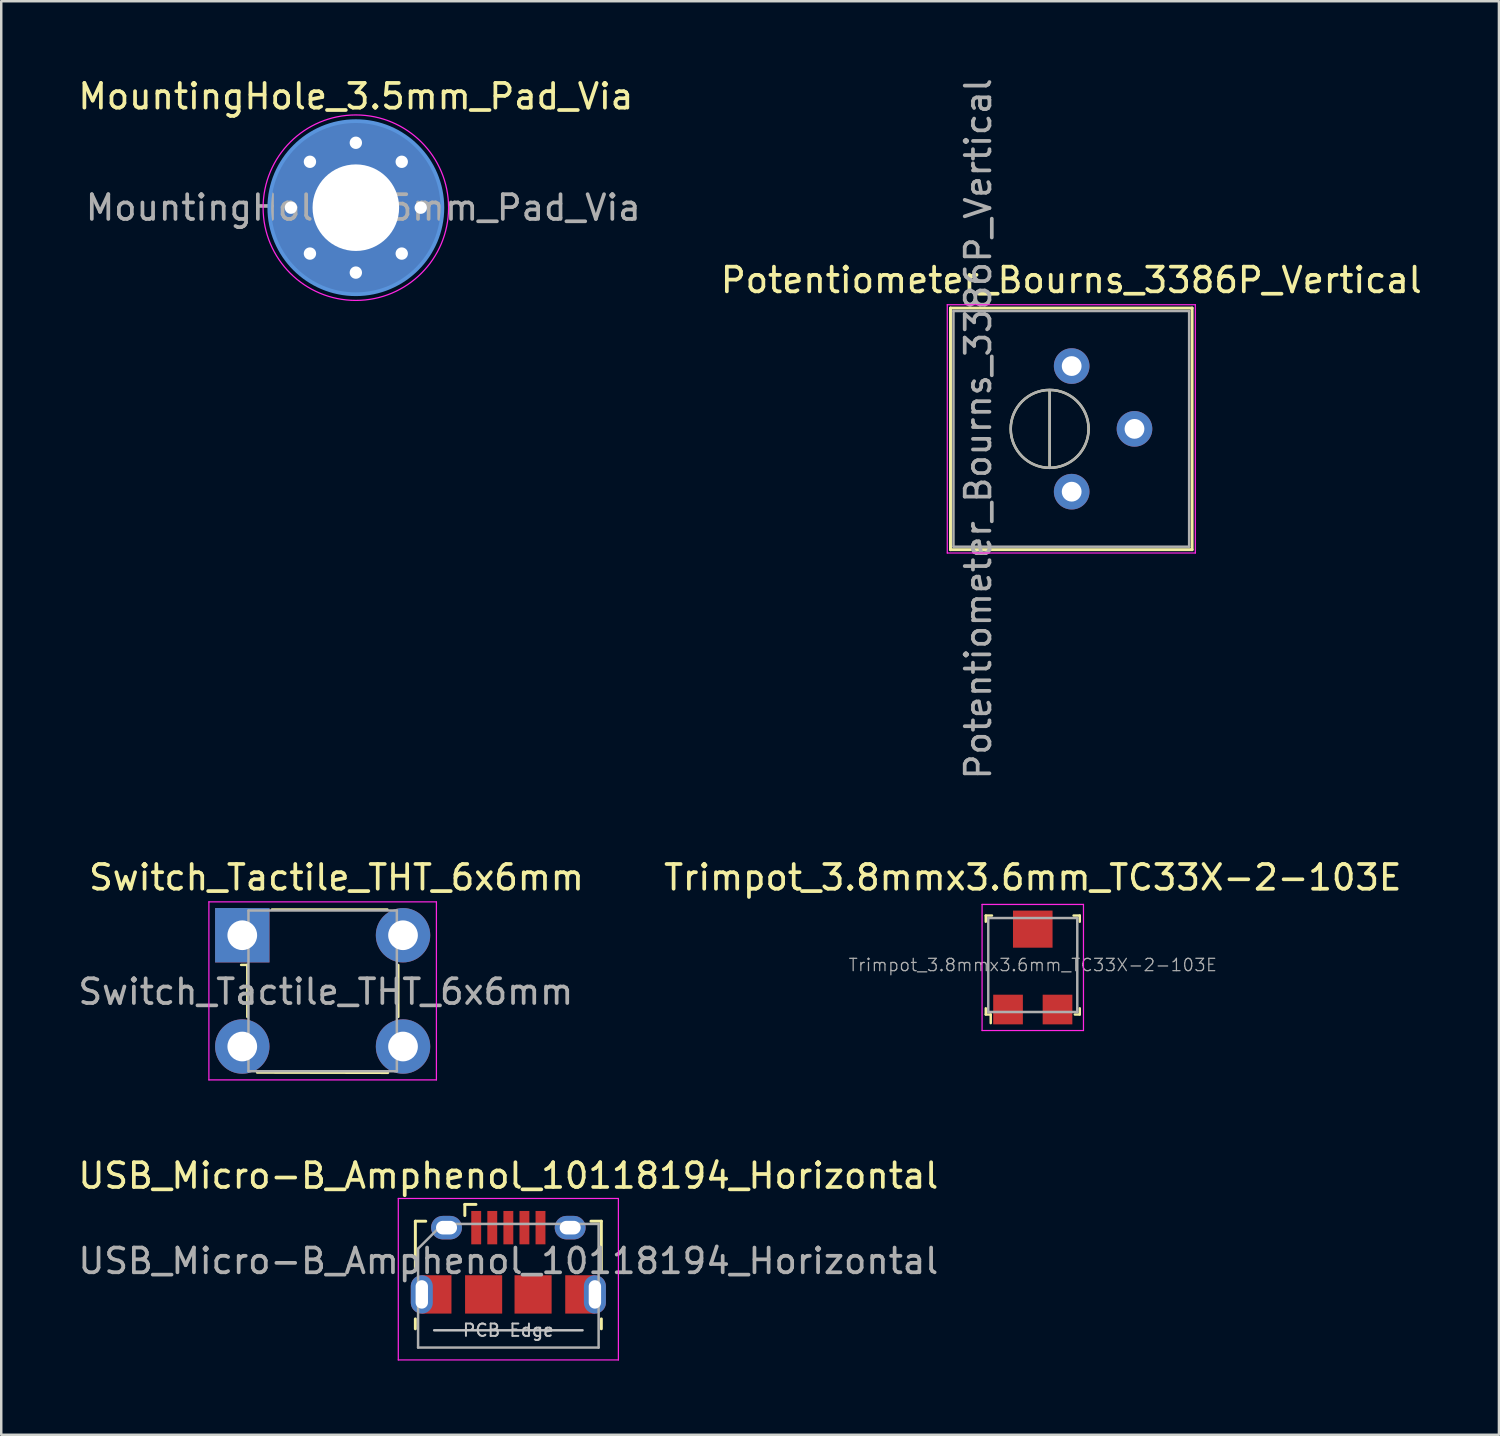
<source format=kicad_pcb>
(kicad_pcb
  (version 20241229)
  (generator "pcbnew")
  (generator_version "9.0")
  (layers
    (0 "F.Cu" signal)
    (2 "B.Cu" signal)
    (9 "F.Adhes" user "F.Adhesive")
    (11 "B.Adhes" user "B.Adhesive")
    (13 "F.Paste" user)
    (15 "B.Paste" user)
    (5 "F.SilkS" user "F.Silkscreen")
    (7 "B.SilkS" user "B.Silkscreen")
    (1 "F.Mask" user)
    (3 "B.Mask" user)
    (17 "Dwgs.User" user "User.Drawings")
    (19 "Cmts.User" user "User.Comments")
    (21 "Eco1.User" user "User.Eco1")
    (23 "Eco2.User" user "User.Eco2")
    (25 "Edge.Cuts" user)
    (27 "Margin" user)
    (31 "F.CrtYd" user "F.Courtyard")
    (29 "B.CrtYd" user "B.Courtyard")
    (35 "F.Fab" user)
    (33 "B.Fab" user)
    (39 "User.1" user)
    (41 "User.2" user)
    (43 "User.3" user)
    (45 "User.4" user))
  (footprint "MountingHole_3.5mm_Pad_Via"
    (layer "F.Cu")
    (at 11.339 5.348)
    (property "Reference" "MountingHole_3.5mm_Pad_Via" (at 0 -4.5 0) (layer "F.SilkS") (effects (font (size 1 1) (thickness 0.15))))
    (attr exclude_from_pos_files exclude_from_bom)
    (fp_circle (center 0 0) (end 3.5 0) (stroke (width 0.15) (type solid)) (fill no) (layer "Cmts.User"))
    (fp_circle (center 0 0) (end 3.75 0) (stroke (width 0.05) (type solid)) (fill no) (layer "F.CrtYd"))
    (fp_text user "${REFERENCE}" (at 0.3 0 0) (layer "F.Fab") (effects (font (size 1 1) (thickness 0.15))))
    (pad "1" thru_hole circle (at -2.625 0) (size 0.8 0.8) (drill 0.5) (layers "*.Cu" "*.Mask"))
    (pad "1" thru_hole circle (at -1.856 -1.856) (size 0.8 0.8) (drill 0.5) (layers "*.Cu" "*.Mask"))
    (pad "1" thru_hole circle (at -1.856 1.856) (size 0.8 0.8) (drill 0.5) (layers "*.Cu" "*.Mask"))
    (pad "1" thru_hole circle (at 0 -2.625) (size 0.8 0.8) (drill 0.5) (layers "*.Cu" "*.Mask"))
    (pad "1" thru_hole circle (at 0 0) (size 7 7) (drill 3.5) (layers "*.Cu" "*.Mask"))
    (pad "1" thru_hole circle (at 0 2.625) (size 0.8 0.8) (drill 0.5) (layers "*.Cu" "*.Mask"))
    (pad "1" thru_hole circle (at 1.856 -1.856) (size 0.8 0.8) (drill 0.5) (layers "*.Cu" "*.Mask"))
    (pad "1" thru_hole circle (at 1.856 1.856) (size 0.8 0.8) (drill 0.5) (layers "*.Cu" "*.Mask"))
    (pad "1" thru_hole circle (at 2.625 0) (size 0.8 0.8) (drill 0.5) (layers "*.Cu" "*.Mask")))
  (footprint "USB_Micro-B_Amphenol_10118194_Horizontal"
    (layer "F.Cu")
    (at 17.506 47.992)
    (property "Reference" "USB_Micro-B_Amphenol_10118194_Horizontal" (at 0 -3.5 0) (layer "F.SilkS") (effects (font (size 1 1) (thickness 0.15))))
    (attr smd)
    (fp_line (start -3.76 -1.66) (end -3.34 -1.66) (stroke (width 0.12) (type solid)) (layer "F.SilkS"))
    (fp_line (start -3.76 0.32) (end -3.76 -1.66) (stroke (width 0.12) (type solid)) (layer "F.SilkS"))
    (fp_line (start -3.76 2.69) (end -3.76 2.29) (stroke (width 0.12) (type solid)) (layer "F.SilkS"))
    (fp_line (start -1.76 -1.89) (end -1.76 -2.34) (stroke (width 0.12) (type solid)) (layer "F.SilkS"))
    (fp_line (start -1.31 -2.34) (end -1.76 -2.34) (stroke (width 0.12) (type solid)) (layer "F.SilkS"))
    (fp_line (start 3.76 -1.66) (end 3.34 -1.66) (stroke (width 0.12) (type solid)) (layer "F.SilkS"))
    (fp_line (start 3.76 0.32) (end 3.76 -1.66) (stroke (width 0.12) (type solid)) (layer "F.SilkS"))
    (fp_line (start 3.76 2.29) (end 3.76 2.69) (stroke (width 0.12) (type solid)) (layer "F.SilkS"))
    (fp_line (start 3 2.75) (end -3 2.75) (stroke (width 0.1) (type solid)) (layer "Dwgs.User"))
    (fp_line (start -4.45 -2.58) (end -4.45 3.95) (stroke (width 0.05) (type solid)) (layer "F.CrtYd"))
    (fp_line (start -4.45 -2.58) (end 4.45 -2.58) (stroke (width 0.05) (type solid)) (layer "F.CrtYd"))
    (fp_line (start -4.45 3.95) (end 4.45 3.95) (stroke (width 0.05) (type solid)) (layer "F.CrtYd"))
    (fp_line (start 4.45 -2.58) (end 4.45 3.95) (stroke (width 0.05) (type solid)) (layer "F.CrtYd"))
    (fp_line (start -3.65 -0.55) (end -2.65 -1.55) (stroke (width 0.1) (type solid)) (layer "F.Fab"))
    (fp_line (start -3.65 3.45) (end -3.65 -0.55) (stroke (width 0.1) (type solid)) (layer "F.Fab"))
    (fp_line (start -2.65 -1.55) (end 3.65 -1.55) (stroke (width 0.1) (type solid)) (layer "F.Fab"))
    (fp_line (start 3.65 -1.55) (end 3.65 3.45) (stroke (width 0.1) (type solid)) (layer "F.Fab"))
    (fp_line (start 3.65 3.45) (end -3.65 3.45) (stroke (width 0.1) (type solid)) (layer "F.Fab"))
    (fp_text user "PCB Edge" (at 0 2.75 0) (layer "Dwgs.User") (effects (font (size 0.5 0.5) (thickness 0.08))))
    (fp_text user "${REFERENCE}" (at 0 -0.05 0) (layer "F.Fab") (effects (font (size 1 1) (thickness 0.15))))
    (pad "" smd oval (at -3.5 1.3) (size 0.89 1.55) (layers "F.Paste"))
    (pad "" smd oval (at -2.5 -1.4) (size 1.25 0.95) (layers "F.Paste"))
    (pad "" smd oval (at 2.5 -1.4) (size 1.25 0.95) (layers "F.Paste"))
    (pad "" smd oval (at 3.5 1.3) (size 0.89 1.55) (layers "F.Paste"))
    (pad "1" smd rect (at -1.3 -1.4) (size 0.4 1.35) (layers "F.Cu" "F.Mask" "F.Paste"))
    (pad "2" smd rect (at -0.65 -1.4) (size 0.4 1.35) (layers "F.Cu" "F.Mask" "F.Paste"))
    (pad "3" smd rect (at 0 -1.4) (size 0.4 1.35) (layers "F.Cu" "F.Mask" "F.Paste"))
    (pad "4" smd rect (at 0.65 -1.4) (size 0.4 1.35) (layers "F.Cu" "F.Mask" "F.Paste"))
    (pad "5" smd rect (at 1.3 -1.4) (size 0.4 1.35) (layers "F.Cu" "F.Mask" "F.Paste"))
    (pad "6" thru_hole oval (at -3.5 1.3) (size 0.89 1.55) (drill oval 0.5 1.15) (layers "*.Cu" "*.Mask"))
    (pad "6" smd rect (at -2.9 1.3) (size 1.2 1.55) (layers "F.Cu" "F.Mask" "F.Paste"))
    (pad "6" thru_hole oval (at -2.5 -1.4) (size 1.25 0.95) (drill oval 0.85 0.55) (layers "*.Cu" "*.Mask"))
    (pad "6" smd rect (at -1 1.3) (size 1.5 1.55) (layers "F.Cu" "F.Mask" "F.Paste"))
    (pad "6" smd rect (at 1 1.3) (size 1.5 1.55) (layers "F.Cu" "F.Mask" "F.Paste"))
    (pad "6" thru_hole oval (at 2.5 -1.4) (size 1.25 0.95) (drill oval 0.85 0.55) (layers "*.Cu" "*.Mask"))
    (pad "6" smd rect (at 2.9 1.3) (size 1.2 1.55) (layers "F.Cu" "F.Mask" "F.Paste"))
    (pad "6" thru_hole oval (at 3.5 1.3) (size 0.89 1.55) (drill oval 0.5 1.15) (layers "*.Cu" "*.Mask")))
  (footprint "Trimpot_3.8mmx3.6mm_TC33X-2-103E"
    (layer "F.Cu")
    (at 38.712 35.972)
    (property "Reference" "Trimpot_3.8mmx3.6mm_TC33X-2-103E" (at 0 -3.54 0) (layer "F.SilkS") (effects (font (size 1 1) (thickness 0.15))))
    (attr smd)
    (fp_line (start -1.9 -2) (end -1.9 -1.75) (stroke (width 0.1) (type solid)) (layer "F.SilkS"))
    (fp_line (start -1.9 -2) (end -1.65 -2) (stroke (width 0.1) (type solid)) (layer "F.SilkS"))
    (fp_line (start -1.9 1.75) (end -1.9 2) (stroke (width 0.1) (type solid)) (layer "F.SilkS"))
    (fp_line (start -1.9 2) (end -1.7 2) (stroke (width 0.1) (type solid)) (layer "F.SilkS"))
    (fp_line (start -1.7 2) (end -1.7 2.35) (stroke (width 0.1) (type solid)) (layer "F.SilkS"))
    (fp_line (start 1.9 -2) (end 1.65 -2) (stroke (width 0.1) (type solid)) (layer "F.SilkS"))
    (fp_line (start 1.9 -2) (end 1.9 -1.75) (stroke (width 0.1) (type solid)) (layer "F.SilkS"))
    (fp_line (start 1.9 2) (end 1.7 2) (stroke (width 0.1) (type solid)) (layer "F.SilkS"))
    (fp_line (start 1.9 2) (end 1.9 1.75) (stroke (width 0.1) (type solid)) (layer "F.SilkS"))
    (fp_line (start -2.05 -2.45) (end -2.05 2.65) (stroke (width 0.05) (type solid)) (layer "F.CrtYd"))
    (fp_line (start 2.05 -2.45) (end -2.05 -2.45) (stroke (width 0.05) (type solid)) (layer "F.CrtYd"))
    (fp_line (start 2.05 2.65) (end -2.05 2.65) (stroke (width 0.05) (type solid)) (layer "F.CrtYd"))
    (fp_line (start 2.05 2.65) (end 2.05 -2.45) (stroke (width 0.05) (type solid)) (layer "F.CrtYd"))
    (fp_line (start -1.8 -1.9) (end -1.8 1.9) (stroke (width 0.1) (type solid)) (layer "F.Fab"))
    (fp_line (start -1.8 -1.9) (end 1.8 -1.9) (stroke (width 0.1) (type solid)) (layer "F.Fab"))
    (fp_line (start -1.8 1.9) (end 1.8 1.9) (stroke (width 0.1) (type solid)) (layer "F.Fab"))
    (fp_line (start 1.8 1.9) (end 1.8 -1.9) (stroke (width 0.1) (type solid)) (layer "F.Fab"))
    (fp_text user "${REFERENCE}" (at 0 0 0) (layer "F.Fab") (effects (font (size 0.5 0.5) (thickness 0.05))))
    (pad "1" smd rect (at -1 1.8) (size 1.2 1.2) (layers "F.Cu" "F.Mask" "F.Paste"))
    (pad "2" smd rect (at 0 -1.45) (size 1.6 1.5) (layers "F.Cu" "F.Mask" "F.Paste"))
    (pad "3" smd rect (at 1 1.8) (size 1.2 1.2) (layers "F.Cu" "F.Mask" "F.Paste")))
  (footprint "Switch_Tactile_THT_6x6mm"
    (layer "F.Cu")
    (at 6.747 34.768)
    (property "Reference" "Switch_Tactile_THT_6x6mm" (at 3.81 -2.337 180) (layer "F.SilkS") (effects (font (size 1 1) (thickness 0.15))))
    (attr through_hole)
    (fp_line (start 0.203 1.194) (end 0.203 3.302) (stroke (width 0.1) (type solid)) (layer "F.SilkS"))
    (fp_line (start 0.203 1.2) (end -0.047 1.2) (stroke (width 0.1) (type solid)) (layer "F.SilkS"))
    (fp_line (start 1.2 -1.041) (end 5.867 -1.041) (stroke (width 0.1) (type solid)) (layer "F.SilkS"))
    (fp_line (start 5.893 5.563) (end 0.6 5.553) (stroke (width 0.1) (type solid)) (layer "F.SilkS"))
    (fp_line (start 6.309 1.205) (end 6.309 3.3) (stroke (width 0.1) (type solid)) (layer "F.SilkS"))
    (fp_line (start -1.35 -1.35) (end -1.35 5.85) (stroke (width 0.05) (type solid)) (layer "F.CrtYd"))
    (fp_line (start 7.85 -1.35) (end -1.35 -1.35) (stroke (width 0.05) (type solid)) (layer "F.CrtYd"))
    (fp_line (start 7.85 -1.35) (end 7.85 5.85) (stroke (width 0.05) (type solid)) (layer "F.CrtYd"))
    (fp_line (start 7.85 5.85) (end -1.35 5.85) (stroke (width 0.05) (type solid)) (layer "F.CrtYd"))
    (fp_line (start 0.25 -1) (end 0.25 5.5) (stroke (width 0.1) (type solid)) (layer "F.Fab"))
    (fp_line (start 0.25 -1) (end 6.25 -1) (stroke (width 0.1) (type solid)) (layer "F.Fab"))
    (fp_line (start 6.25 -1) (end 6.25 5.5) (stroke (width 0.1) (type solid)) (layer "F.Fab"))
    (fp_line (start 6.25 5.5) (end 0.25 5.5) (stroke (width 0.1) (type solid)) (layer "F.Fab"))
    (fp_text user "${REFERENCE}" (at 3.378 2.286 180) (layer "F.Fab") (effects (font (size 1 1) (thickness 0.15))))
    (pad "1" thru_hole rect (at 0 0) (size 2.2 2.2) (drill 1.2) (layers "*.Cu" "*.Mask"))
    (pad "2" thru_hole circle (at 6.5 0) (size 2.2 2.2) (drill 1.2) (layers "*.Cu" "*.Mask"))
    (pad "3" thru_hole circle (at 0 4.5) (size 2.2 2.2) (drill 1.2) (layers "*.Cu" "*.Mask"))
    (pad "4" thru_hole circle (at 6.5 4.5) (size 2.2 2.2) (drill 1.2) (layers "*.Cu" "*.Mask")))
  (footprint "Potentiometer_Bourns_3386P_Vertical"
    (layer "F.Cu")
    (at 40.285 16.832)
    (property "Reference" "Potentiometer_Bourns_3386P_Vertical" (at -0.015 -8.555 0) (layer "F.SilkS") (effects (font (size 1 1) (thickness 0.15))))
    (attr through_hole)
    (fp_line (start -4.9 -7.425) (end -4.9 2.345) (stroke (width 0.12) (type solid)) (layer "F.SilkS"))
    (fp_line (start -4.9 -7.425) (end 4.87 -7.425) (stroke (width 0.12) (type solid)) (layer "F.SilkS"))
    (fp_line (start -4.9 2.345) (end 4.87 2.345) (stroke (width 0.12) (type solid)) (layer "F.SilkS"))
    (fp_line (start -0.891 -0.98) (end -0.89 -4.099) (stroke (width 0.1) (type solid)) (layer "F.SilkS"))
    (fp_line (start 4.87 -7.425) (end 4.87 2.345) (stroke (width 0.12) (type solid)) (layer "F.SilkS"))
    (fp_circle (center -0.89 -2.539) (end 0.684 -2.539) (stroke (width 0.1) (type solid)) (fill no) (layer "F.SilkS"))
    (fp_line (start -5.03 -7.56) (end -5.03 2.48) (stroke (width 0.05) (type solid)) (layer "F.CrtYd"))
    (fp_line (start -5.03 2.48) (end 5 2.48) (stroke (width 0.05) (type solid)) (layer "F.CrtYd"))
    (fp_line (start 5 -7.56) (end -5.03 -7.56) (stroke (width 0.05) (type solid)) (layer "F.CrtYd"))
    (fp_line (start 5 2.48) (end 5 -7.56) (stroke (width 0.05) (type solid)) (layer "F.CrtYd"))
    (fp_line (start -4.78 -7.305) (end -4.78 2.225) (stroke (width 0.1) (type solid)) (layer "F.Fab"))
    (fp_line (start -4.78 2.225) (end 4.75 2.225) (stroke (width 0.1) (type solid)) (layer "F.Fab"))
    (fp_line (start -0.891 -0.98) (end -0.89 -4.099) (stroke (width 0.1) (type solid)) (layer "F.Fab"))
    (fp_line (start 4.75 -7.305) (end -4.78 -7.305) (stroke (width 0.1) (type solid)) (layer "F.Fab"))
    (fp_line (start 4.75 2.225) (end 4.75 -7.305) (stroke (width 0.1) (type solid)) (layer "F.Fab"))
    (fp_circle (center -0.891 -2.54) (end 0.684 -2.54) (stroke (width 0.1) (type solid)) (fill no) (layer "F.Fab"))
    (fp_text user "${REFERENCE}" (at -3.78 -2.54 90) (layer "F.Fab") (effects (font (size 1 1) (thickness 0.15))))
    (pad "1" thru_hole circle (at 0 0) (size 1.44 1.44) (drill 0.8) (layers "*.Cu" "*.Mask"))
    (pad "2" thru_hole circle (at 2.54 -2.54) (size 1.44 1.44) (drill 0.8) (layers "*.Cu" "*.Mask"))
    (pad "3" thru_hole circle (at 0 -5.08) (size 1.44 1.44) (drill 0.8) (layers "*.Cu" "*.Mask")))
  (gr_rect
    (start -3 -3)
    (end 57.562 54.967)
    (stroke (width 0.1) (type default))
    (fill no)
    (layer "Edge.Cuts")))
</source>
